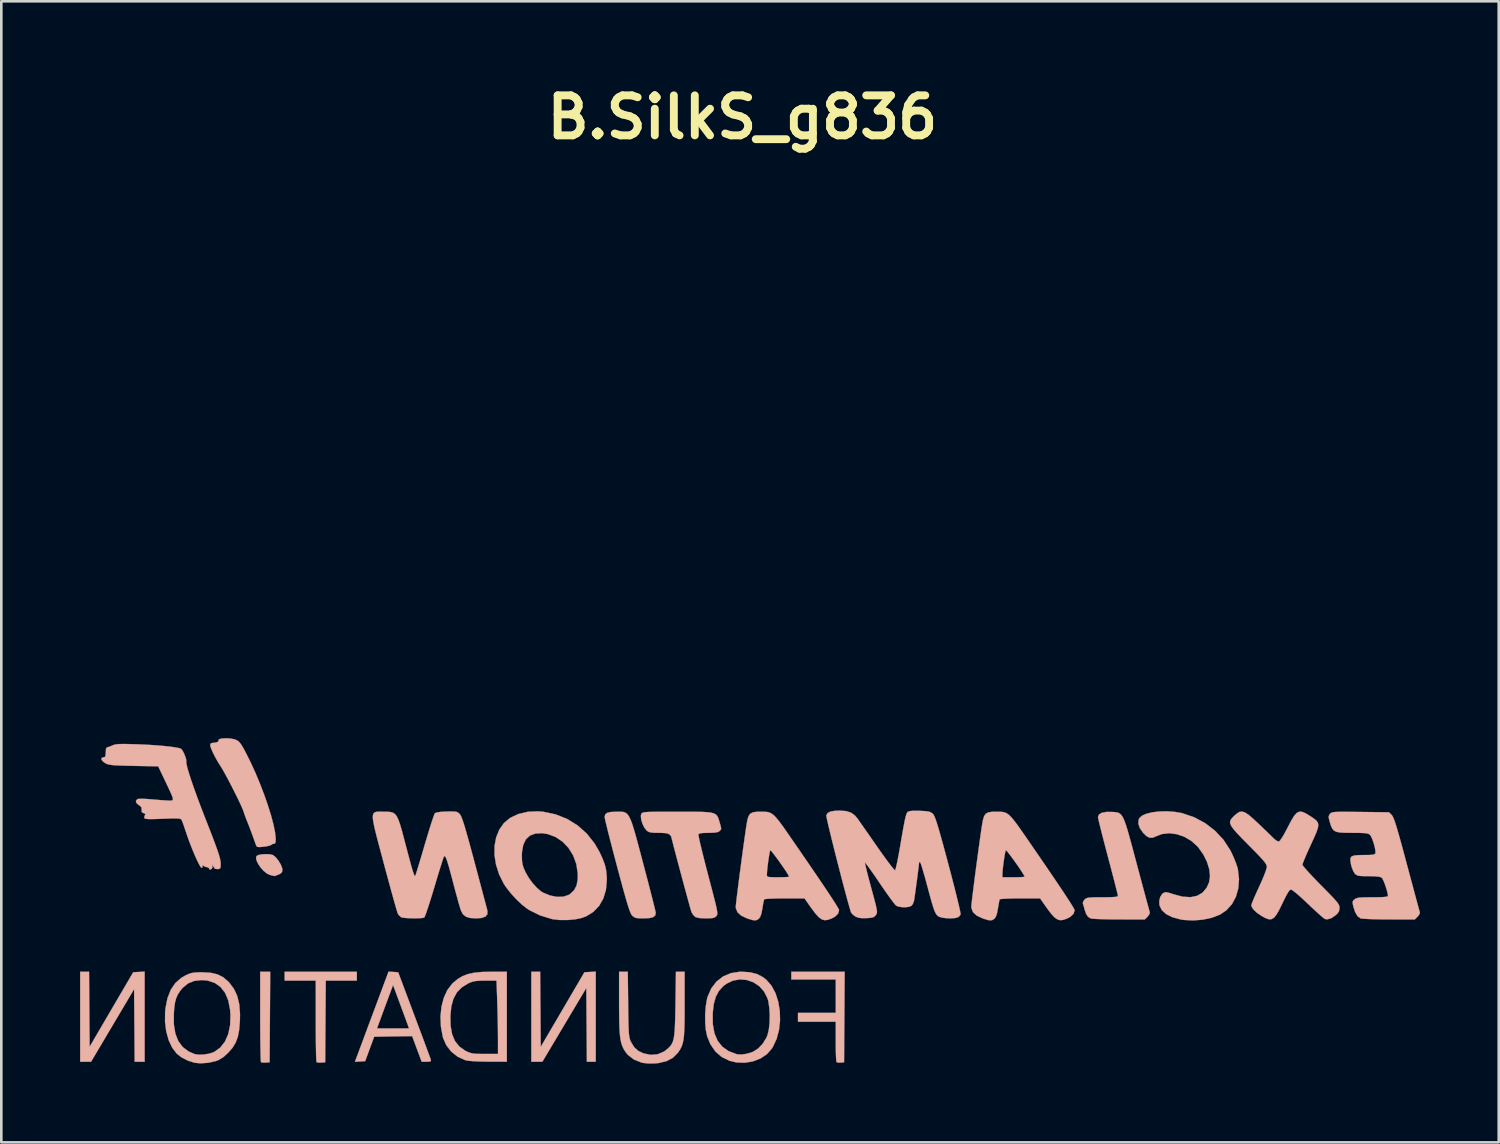
<source format=kicad_pcb>
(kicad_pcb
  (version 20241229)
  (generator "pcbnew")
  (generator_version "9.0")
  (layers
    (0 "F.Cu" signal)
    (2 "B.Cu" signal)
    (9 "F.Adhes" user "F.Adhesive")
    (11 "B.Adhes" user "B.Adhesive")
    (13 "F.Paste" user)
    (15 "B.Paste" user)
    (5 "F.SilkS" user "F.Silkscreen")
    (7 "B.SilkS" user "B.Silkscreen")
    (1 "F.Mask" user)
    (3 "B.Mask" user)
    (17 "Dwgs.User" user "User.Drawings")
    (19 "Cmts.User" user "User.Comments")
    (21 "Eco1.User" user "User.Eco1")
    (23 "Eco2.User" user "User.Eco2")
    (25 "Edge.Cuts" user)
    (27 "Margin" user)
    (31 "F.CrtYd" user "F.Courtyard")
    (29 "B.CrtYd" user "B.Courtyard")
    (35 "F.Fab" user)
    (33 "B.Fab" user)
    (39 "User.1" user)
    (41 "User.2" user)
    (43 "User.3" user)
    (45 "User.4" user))
  (footprint "B.SilkS_g836"
    (layer "F.Cu")
    (at 25.236 1.418)
    (property "Reference" "B.SilkS_g836" (at 0 0 0) (layer "F.SilkS") (effects (font (size 1.524 1.524) (thickness 0.3))))
    (attr through_hole)
    (fp_poly (pts (xy -22.775 35.983) (xy -23.155 35.983) (xy -23.177 33.218) (xy -24.816 35.983) (xy -25.231 35.983) (xy -25.231 32.554) (xy -24.893 32.554) (xy -24.882 33.983) (xy -24.871 35.412) (xy -24.041 33.994) (xy -23.211 32.575) (xy -22.993 32.563) (xy -22.775 32.55) (xy -22.775 35.983)) (stroke (width 0.01) (type solid)) (fill yes) (layer "B.SilkS"))
    (fp_poly (pts (xy -5.588 35.983) (xy -5.926 35.983) (xy -5.948 33.175) (xy -6.785 34.579) (xy -7.621 35.983) (xy -8.043 35.983) (xy -8.043 32.554) (xy -7.706 32.554) (xy -7.695 33.986) (xy -7.684 35.417) (xy -6.02 32.575) (xy -5.804 32.563) (xy -5.588 32.55) (xy -5.588 35.983)) (stroke (width 0.01) (type solid)) (fill yes) (layer "B.SilkS"))
    (fp_poly (pts (xy -18.002 34.279) (xy -18.013 36.005) (xy -18.163 36.017) (xy -18.27 36.018) (xy -18.338 36.003) (xy -18.342 35.999) (xy -18.349 35.952) (xy -18.355 35.829) (xy -18.361 35.639) (xy -18.365 35.392) (xy -18.369 35.098) (xy -18.371 34.764) (xy -18.373 34.4) (xy -18.373 34.262) (xy -18.373 32.554) (xy -17.991 32.554) (xy -18.002 34.279)) (stroke (width 0.01) (type solid)) (fill yes) (layer "B.SilkS"))
    (fp_poly (pts (xy 3.885 34.279) (xy 3.873 36.005) (xy 3.745 36.017) (xy 3.645 36.017) (xy 3.586 35.999) (xy 3.576 35.949) (xy 3.568 35.829) (xy 3.561 35.651) (xy 3.557 35.432) (xy 3.556 35.214) (xy 3.556 34.459) (xy 2.117 34.459) (xy 2.117 34.121) (xy 3.556 34.121) (xy 3.556 32.851) (xy 1.863 32.851) (xy 1.863 32.554) (xy 3.896 32.554) (xy 3.885 34.279)) (stroke (width 0.01) (type solid)) (fill yes) (layer "B.SilkS"))
    (fp_poly (pts (xy -14.69 32.893) (xy -15.874 32.893) (xy -15.885 34.449) (xy -15.896 36.005) (xy -16.046 36.017) (xy -16.154 36.018) (xy -16.222 36.003) (xy -16.226 35.999) (xy -16.233 35.952) (xy -16.239 35.829) (xy -16.245 35.64) (xy -16.249 35.397) (xy -16.253 35.106) (xy -16.255 34.78) (xy -16.256 34.431) (xy -16.256 32.893) (xy -17.441 32.893) (xy -17.441 32.554) (xy -14.69 32.554) (xy -14.69 32.893)) (stroke (width 0.01) (type solid)) (fill yes) (layer "B.SilkS"))
    (fp_poly (pts (xy -17.993 28.082) (xy -17.887 28.109) (xy -17.882 28.112) (xy -17.778 28.197) (xy -17.673 28.329) (xy -17.585 28.479) (xy -17.533 28.617) (xy -17.526 28.669) (xy -17.542 28.76) (xy -17.606 28.821) (xy -17.673 28.852) (xy -17.771 28.891) (xy -17.827 28.909) (xy -17.832 28.909) (xy -17.876 28.898) (xy -17.971 28.875) (xy -17.992 28.87) (xy -18.114 28.815) (xy -18.239 28.715) (xy -18.355 28.587) (xy -18.45 28.447) (xy -18.513 28.313) (xy -18.531 28.202) (xy -18.506 28.141) (xy -18.426 28.104) (xy -18.294 28.081) (xy -18.139 28.074) (xy -17.993 28.082)) (stroke (width 0.01) (type solid)) (fill yes) (layer "B.SilkS"))
    (fp_poly (pts (xy -13.299 32.563) (xy -13.115 32.575) (xy -12.51 34.189) (xy -12.378 34.542) (xy -12.254 34.873) (xy -12.142 35.172) (xy -12.046 35.432) (xy -11.968 35.642) (xy -11.912 35.795) (xy -11.881 35.88) (xy -11.876 35.893) (xy -11.866 35.949) (xy -11.896 35.975) (xy -11.985 35.983) (xy -12.035 35.983) (xy -12.221 35.983) (xy -12.402 35.496) (xy -12.583 35.008) (xy -13.307 35.019) (xy -14.03 35.031) (xy -14.373 35.962) (xy -14.569 35.975) (xy -14.764 35.988) (xy -14.289 34.713) (xy -13.922 34.713) (xy -12.702 34.713) (xy -12.845 34.322) (xy -12.926 34.101) (xy -13.021 33.844) (xy -13.114 33.593) (xy -13.149 33.497) (xy -13.311 33.064) (xy -13.496 33.561) (xy -13.582 33.791) (xy -13.671 34.031) (xy -13.751 34.249) (xy -13.801 34.385) (xy -13.922 34.713) (xy -14.289 34.713) (xy -13.483 32.551) (xy -13.299 32.563)) (stroke (width 0.01) (type solid)) (fill yes) (layer "B.SilkS"))
    (fp_poly (pts (xy -4.584 26.461) (xy -4.505 26.475) (xy -4.436 26.506) (xy -4.374 26.561) (xy -4.316 26.647) (xy -4.257 26.769) (xy -4.195 26.936) (xy -4.127 27.154) (xy -4.049 27.428) (xy -3.957 27.767) (xy -3.848 28.177) (xy -3.771 28.469) (xy -3.672 28.845) (xy -3.58 29.197) (xy -3.498 29.516) (xy -3.427 29.794) (xy -3.37 30.022) (xy -3.328 30.191) (xy -3.305 30.293) (xy -3.301 30.318) (xy -3.325 30.413) (xy -3.402 30.476) (xy -3.54 30.511) (xy -3.751 30.522) (xy -3.765 30.522) (xy -3.937 30.519) (xy -4.049 30.507) (xy -4.124 30.479) (xy -4.187 30.43) (xy -4.199 30.418) (xy -4.228 30.38) (xy -4.261 30.316) (xy -4.299 30.22) (xy -4.345 30.084) (xy -4.401 29.903) (xy -4.469 29.668) (xy -4.552 29.372) (xy -4.65 29.01) (xy -4.768 28.572) (xy -4.776 28.54) (xy -4.876 28.163) (xy -4.969 27.808) (xy -5.052 27.485) (xy -5.124 27.202) (xy -5.181 26.968) (xy -5.223 26.793) (xy -5.245 26.685) (xy -5.249 26.656) (xy -5.229 26.565) (xy -5.161 26.505) (xy -5.034 26.471) (xy -4.837 26.459) (xy -4.787 26.458) (xy -4.677 26.458) (xy -4.584 26.461)) (stroke (width 0.01) (type solid)) (fill yes) (layer "B.SilkS"))
    (fp_poly (pts (xy -8.975 35.983) (xy -9.684 35.981) (xy -10.006 35.975) (xy -10.268 35.963) (xy -10.461 35.944) (xy -10.567 35.923) (xy -10.851 35.792) (xy -11.095 35.597) (xy -11.285 35.352) (xy -11.408 35.069) (xy -11.415 35.043) (xy -11.487 34.651) (xy -11.504 34.263) (xy -11.5 34.232) (xy -11.126 34.232) (xy -11.118 34.618) (xy -11.06 34.939) (xy -10.949 35.201) (xy -10.783 35.407) (xy -10.561 35.563) (xy -10.537 35.575) (xy -10.432 35.624) (xy -10.335 35.656) (xy -10.225 35.675) (xy -10.08 35.684) (xy -9.878 35.687) (xy -9.813 35.687) (xy -9.313 35.687) (xy -9.313 35.084) (xy -9.315 34.83) (xy -9.32 34.521) (xy -9.327 34.189) (xy -9.336 33.863) (xy -9.341 33.687) (xy -9.369 32.893) (xy -9.796 32.893) (xy -10.01 32.897) (xy -10.165 32.909) (xy -10.287 32.935) (xy -10.401 32.978) (xy -10.435 32.993) (xy -10.684 33.144) (xy -10.874 33.336) (xy -11.008 33.579) (xy -11.091 33.88) (xy -11.126 34.232) (xy -11.5 34.232) (xy -11.467 33.892) (xy -11.379 33.551) (xy -11.243 33.254) (xy -11.061 33.015) (xy -11.027 32.981) (xy -10.846 32.832) (xy -10.661 32.721) (xy -10.456 32.642) (xy -10.214 32.591) (xy -9.921 32.563) (xy -9.56 32.555) (xy -9.557 32.555) (xy -8.975 32.554) (xy -8.975 35.983)) (stroke (width 0.01) (type solid)) (fill yes) (layer "B.SilkS"))
    (fp_poly (pts (xy -4.353 33.793) (xy -4.349 34.152) (xy -4.344 34.437) (xy -4.338 34.659) (xy -4.331 34.827) (xy -4.321 34.953) (xy -4.307 35.047) (xy -4.29 35.12) (xy -4.268 35.181) (xy -4.25 35.221) (xy -4.124 35.429) (xy -3.964 35.573) (xy -3.772 35.664) (xy -3.495 35.722) (xy -3.23 35.699) (xy -2.987 35.596) (xy -2.833 35.477) (xy -2.763 35.405) (xy -2.706 35.331) (xy -2.661 35.246) (xy -2.627 35.139) (xy -2.601 35.001) (xy -2.583 34.822) (xy -2.57 34.591) (xy -2.56 34.3) (xy -2.553 33.937) (xy -2.551 33.771) (xy -2.533 32.554) (xy -2.201 32.554) (xy -2.201 33.795) (xy -2.202 34.197) (xy -2.206 34.525) (xy -2.214 34.788) (xy -2.228 34.998) (xy -2.249 35.165) (xy -2.279 35.299) (xy -2.319 35.411) (xy -2.37 35.51) (xy -2.434 35.608) (xy -2.455 35.637) (xy -2.644 35.829) (xy -2.892 35.962) (xy -3.2 36.035) (xy -3.335 36.048) (xy -3.573 36.051) (xy -3.778 36.03) (xy -3.854 36.013) (xy -4.141 35.896) (xy -4.363 35.725) (xy -4.461 35.603) (xy -4.526 35.496) (xy -4.578 35.386) (xy -4.618 35.263) (xy -4.649 35.114) (xy -4.671 34.931) (xy -4.686 34.703) (xy -4.694 34.419) (xy -4.698 34.068) (xy -4.699 33.752) (xy -4.699 32.554) (xy -4.367 32.554) (xy -4.353 33.793)) (stroke (width 0.01) (type solid)) (fill yes) (layer "B.SilkS"))
    (fp_poly (pts (xy -19.469 23.675) (xy -19.336 23.705) (xy -19.296 23.72) (xy -19.221 23.76) (xy -19.154 23.822) (xy -19.082 23.921) (xy -18.994 24.072) (xy -18.926 24.2) (xy -18.736 24.579) (xy -18.551 24.984) (xy -18.377 25.401) (xy -18.217 25.819) (xy -18.076 26.225) (xy -17.957 26.607) (xy -17.866 26.953) (xy -17.806 27.25) (xy -17.781 27.486) (xy -17.781 27.51) (xy -17.789 27.631) (xy -17.817 27.676) (xy -17.833 27.675) (xy -17.903 27.688) (xy -17.928 27.71) (xy -17.99 27.742) (xy -18.109 27.773) (xy -18.235 27.792) (xy -18.382 27.805) (xy -18.466 27.802) (xy -18.508 27.778) (xy -18.527 27.743) (xy -18.6 27.539) (xy -18.681 27.316) (xy -18.762 27.1) (xy -18.833 26.916) (xy -18.881 26.797) (xy -18.942 26.639) (xy -18.998 26.478) (xy -19.011 26.437) (xy -19.051 26.334) (xy -19.123 26.173) (xy -19.22 25.969) (xy -19.334 25.739) (xy -19.456 25.497) (xy -19.58 25.26) (xy -19.696 25.044) (xy -19.796 24.864) (xy -19.873 24.736) (xy -19.887 24.715) (xy -19.989 24.554) (xy -20.089 24.375) (xy -20.177 24.2) (xy -20.243 24.048) (xy -20.276 23.94) (xy -20.278 23.92) (xy -20.253 23.852) (xy -20.175 23.834) (xy -20.056 23.822) (xy -19.977 23.791) (xy -19.959 23.751) (xy -19.961 23.748) (xy -19.952 23.706) (xy -19.878 23.678) (xy -19.76 23.662) (xy -19.617 23.661) (xy -19.469 23.675)) (stroke (width 0.01) (type solid)) (fill yes) (layer "B.SilkS"))
    (fp_poly (pts (xy 16.452 26.461) (xy 16.726 26.507) (xy 16.764 26.517) (xy 17.218 26.672) (xy 17.636 26.898) (xy 18.011 27.188) (xy 18.331 27.532) (xy 18.587 27.924) (xy 18.64 28.028) (xy 18.727 28.223) (xy 18.805 28.418) (xy 18.86 28.584) (xy 18.877 28.651) (xy 18.92 29.026) (xy 18.893 29.379) (xy 18.801 29.701) (xy 18.648 29.984) (xy 18.437 30.216) (xy 18.193 30.379) (xy 17.891 30.496) (xy 17.543 30.571) (xy 17.175 30.601) (xy 16.816 30.582) (xy 16.684 30.561) (xy 16.379 30.477) (xy 16.143 30.359) (xy 15.979 30.209) (xy 15.891 30.032) (xy 15.88 29.871) (xy 15.916 29.714) (xy 15.99 29.594) (xy 16.023 29.566) (xy 16.08 29.535) (xy 16.14 29.525) (xy 16.225 29.54) (xy 16.357 29.58) (xy 16.441 29.609) (xy 16.777 29.696) (xy 17.073 29.714) (xy 17.325 29.662) (xy 17.531 29.542) (xy 17.688 29.355) (xy 17.779 29.151) (xy 17.815 28.917) (xy 17.787 28.65) (xy 17.7 28.369) (xy 17.561 28.088) (xy 17.375 27.826) (xy 17.333 27.777) (xy 17.099 27.567) (xy 16.833 27.411) (xy 16.548 27.314) (xy 16.262 27.278) (xy 15.99 27.308) (xy 15.794 27.382) (xy 15.639 27.446) (xy 15.514 27.45) (xy 15.395 27.387) (xy 15.269 27.266) (xy 15.145 27.09) (xy 15.085 26.917) (xy 15.096 26.761) (xy 15.126 26.698) (xy 15.231 26.606) (xy 15.403 26.532) (xy 15.627 26.479) (xy 15.887 26.449) (xy 16.167 26.442) (xy 16.452 26.461)) (stroke (width 0.01) (type solid)) (fill yes) (layer "B.SilkS"))
    (fp_poly (pts (xy 14.055 26.466) (xy 14.158 26.471) (xy 14.244 26.479) (xy 14.318 26.496) (xy 14.382 26.53) (xy 14.441 26.588) (xy 14.497 26.675) (xy 14.553 26.799) (xy 14.613 26.967) (xy 14.681 27.185) (xy 14.759 27.461) (xy 14.852 27.802) (xy 14.961 28.213) (xy 15.027 28.461) (xy 15.127 28.835) (xy 15.221 29.185) (xy 15.306 29.502) (xy 15.38 29.778) (xy 15.441 30.003) (xy 15.487 30.169) (xy 15.514 30.267) (xy 15.521 30.29) (xy 15.509 30.357) (xy 15.449 30.443) (xy 15.436 30.457) (xy 15.329 30.565) (xy 14.342 30.562) (xy 14.057 30.56) (xy 13.797 30.555) (xy 13.575 30.548) (xy 13.404 30.54) (xy 13.297 30.53) (xy 13.27 30.524) (xy 13.171 30.464) (xy 13.101 30.366) (xy 13.045 30.208) (xy 13.04 30.192) (xy 13.006 30.066) (xy 12.976 29.971) (xy 12.97 29.951) (xy 12.981 29.883) (xy 13.035 29.806) (xy 13.077 29.771) (xy 13.129 29.746) (xy 13.208 29.731) (xy 13.328 29.722) (xy 13.504 29.719) (xy 13.716 29.718) (xy 13.966 29.716) (xy 14.14 29.709) (xy 14.248 29.698) (xy 14.3 29.68) (xy 14.308 29.665) (xy 14.298 29.613) (xy 14.268 29.489) (xy 14.221 29.302) (xy 14.16 29.063) (xy 14.086 28.781) (xy 14.004 28.466) (xy 13.927 28.178) (xy 13.838 27.84) (xy 13.757 27.527) (xy 13.685 27.247) (xy 13.626 27.011) (xy 13.581 26.828) (xy 13.554 26.709) (xy 13.547 26.665) (xy 13.585 26.564) (xy 13.697 26.497) (xy 13.879 26.465) (xy 14.055 26.466)) (stroke (width 0.01) (type solid)) (fill yes) (layer "B.SilkS"))
    (fp_poly (pts (xy 0.285 32.575) (xy 0.554 32.642) (xy 0.783 32.761) (xy 0.911 32.86) (xy 1.108 33.087) (xy 1.26 33.37) (xy 1.365 33.696) (xy 1.424 34.048) (xy 1.434 34.412) (xy 1.394 34.773) (xy 1.303 35.114) (xy 1.16 35.422) (xy 1.121 35.483) (xy 0.932 35.697) (xy 0.686 35.861) (xy 0.401 35.971) (xy 0.091 36.023) (xy -0.226 36.011) (xy -0.494 35.947) (xy -0.789 35.803) (xy -1.031 35.593) (xy -1.22 35.317) (xy -1.345 35.01) (xy -1.394 34.777) (xy -1.418 34.491) (xy -1.419 34.182) (xy -1.417 34.147) (xy -1.132 34.147) (xy -1.128 34.554) (xy -1.066 34.899) (xy -0.945 35.185) (xy -0.765 35.412) (xy -0.524 35.581) (xy -0.223 35.693) (xy -0.191 35.701) (xy -0.045 35.71) (xy 0.14 35.685) (xy 0.331 35.633) (xy 0.402 35.605) (xy 0.599 35.48) (xy 0.776 35.293) (xy 0.915 35.067) (xy 0.958 34.963) (xy 1.007 34.754) (xy 1.035 34.494) (xy 1.041 34.21) (xy 1.025 33.931) (xy 0.989 33.688) (xy 0.957 33.573) (xy 0.826 33.312) (xy 0.643 33.106) (xy 0.419 32.957) (xy 0.169 32.87) (xy -0.094 32.847) (xy -0.358 32.893) (xy -0.608 33.012) (xy -0.733 33.107) (xy -0.897 33.288) (xy -1.014 33.509) (xy -1.091 33.782) (xy -1.131 34.12) (xy -1.132 34.147) (xy -1.417 34.147) (xy -1.397 33.878) (xy -1.352 33.608) (xy -1.324 33.503) (xy -1.184 33.186) (xy -0.987 32.929) (xy -0.737 32.735) (xy -0.442 32.609) (xy -0.107 32.556) (xy -0.039 32.554) (xy 0.285 32.575)) (stroke (width 0.01) (type solid)) (fill yes) (layer "B.SilkS"))
    (fp_poly (pts (xy -20.258 32.595) (xy -20 32.655) (xy -19.784 32.764) (xy -19.589 32.929) (xy -19.557 32.963) (xy -19.375 33.204) (xy -19.247 33.478) (xy -19.17 33.797) (xy -19.141 34.171) (xy -19.146 34.434) (xy -19.173 34.765) (xy -19.225 35.034) (xy -19.308 35.257) (xy -19.429 35.455) (xy -19.597 35.646) (xy -19.599 35.648) (xy -19.782 35.813) (xy -19.952 35.916) (xy -20.045 35.953) (xy -20.35 36.024) (xy -20.647 36.045) (xy -20.865 36.024) (xy -21.129 35.942) (xy -21.375 35.815) (xy -21.556 35.672) (xy -21.727 35.447) (xy -21.861 35.16) (xy -21.953 34.826) (xy -21.999 34.462) (xy -21.996 34.159) (xy -21.663 34.159) (xy -21.661 34.568) (xy -21.604 34.915) (xy -21.491 35.2) (xy -21.322 35.426) (xy -21.094 35.596) (xy -20.871 35.692) (xy -20.717 35.716) (xy -20.522 35.709) (xy -20.322 35.677) (xy -20.151 35.623) (xy -20.126 35.611) (xy -19.896 35.446) (xy -19.716 35.218) (xy -19.59 34.931) (xy -19.519 34.592) (xy -19.506 34.206) (xy -19.521 33.995) (xy -19.589 33.646) (xy -19.711 33.359) (xy -19.884 33.136) (xy -20.106 32.98) (xy -20.376 32.892) (xy -20.595 32.873) (xy -20.881 32.903) (xy -21.119 32.998) (xy -21.323 33.165) (xy -21.406 33.264) (xy -21.505 33.411) (xy -21.574 33.563) (xy -21.621 33.741) (xy -21.65 33.967) (xy -21.663 34.159) (xy -21.996 34.159) (xy -21.996 34.082) (xy -21.982 33.951) (xy -21.906 33.564) (xy -21.781 33.244) (xy -21.606 32.986) (xy -21.377 32.786) (xy -21.217 32.694) (xy -21.09 32.636) (xy -20.976 32.601) (xy -20.847 32.583) (xy -20.674 32.576) (xy -20.574 32.576) (xy -20.258 32.595)) (stroke (width 0.01) (type solid)) (fill yes) (layer "B.SilkS"))
    (fp_poly (pts (xy -7.589 26.46) (xy -7.113 26.561) (xy -6.673 26.737) (xy -6.275 26.984) (xy -5.925 27.297) (xy -5.629 27.672) (xy -5.439 28.003) (xy -5.318 28.269) (xy -5.237 28.492) (xy -5.19 28.702) (xy -5.169 28.926) (xy -5.166 29.065) (xy -5.199 29.433) (xy -5.298 29.762) (xy -5.459 30.044) (xy -5.676 30.272) (xy -5.945 30.44) (xy -6.114 30.503) (xy -6.367 30.558) (xy -6.66 30.585) (xy -6.955 30.585) (xy -7.216 30.556) (xy -7.26 30.547) (xy -7.714 30.407) (xy -8.113 30.21) (xy -8.194 30.159) (xy -8.389 30.008) (xy -8.601 29.808) (xy -8.809 29.583) (xy -8.989 29.358) (xy -9.092 29.204) (xy -9.271 28.843) (xy -9.388 28.475) (xy -9.443 28.131) (xy -8.403 28.131) (xy -8.398 28.323) (xy -8.377 28.47) (xy -8.332 28.61) (xy -8.268 28.754) (xy -8.149 28.965) (xy -7.997 29.173) (xy -7.831 29.357) (xy -7.67 29.495) (xy -7.6 29.538) (xy -7.329 29.65) (xy -7.064 29.702) (xy -6.822 29.695) (xy -6.618 29.627) (xy -6.567 29.595) (xy -6.415 29.451) (xy -6.319 29.269) (xy -6.275 29.038) (xy -6.274 28.809) (xy -6.328 28.452) (xy -6.448 28.126) (xy -6.625 27.839) (xy -6.851 27.602) (xy -7.117 27.422) (xy -7.417 27.31) (xy -7.63 27.277) (xy -7.89 27.29) (xy -8.097 27.368) (xy -8.25 27.512) (xy -8.351 27.722) (xy -8.399 27.998) (xy -8.403 28.131) (xy -9.443 28.131) (xy -9.446 28.111) (xy -9.443 27.761) (xy -9.382 27.434) (xy -9.263 27.141) (xy -9.088 26.892) (xy -8.857 26.698) (xy -8.851 26.694) (xy -8.536 26.545) (xy -8.176 26.46) (xy -7.787 26.443) (xy -7.589 26.46)) (stroke (width 0.01) (type solid)) (fill yes) (layer "B.SilkS"))
    (fp_poly (pts (xy -2.086 26.458) (xy -1.768 26.46) (xy -1.516 26.466) (xy -1.323 26.477) (xy -1.178 26.497) (xy -1.075 26.527) (xy -1.003 26.57) (xy -0.954 26.627) (xy -0.919 26.702) (xy -0.889 26.795) (xy -0.871 26.857) (xy -0.83 26.999) (xy -0.811 27.082) (xy -0.815 27.13) (xy -0.841 27.166) (xy -0.871 27.196) (xy -0.932 27.232) (xy -1.038 27.253) (xy -1.205 27.262) (xy -1.296 27.263) (xy -1.485 27.267) (xy -1.604 27.28) (xy -1.664 27.305) (xy -1.676 27.322) (xy -1.671 27.375) (xy -1.646 27.501) (xy -1.604 27.689) (xy -1.546 27.93) (xy -1.476 28.214) (xy -1.395 28.533) (xy -1.308 28.866) (xy -1.206 29.254) (xy -1.124 29.568) (xy -1.06 29.817) (xy -1.013 30.01) (xy -0.981 30.153) (xy -0.963 30.256) (xy -0.956 30.328) (xy -0.96 30.375) (xy -0.972 30.407) (xy -0.99 30.433) (xy -0.994 30.437) (xy -1.049 30.482) (xy -1.126 30.508) (xy -1.247 30.52) (xy -1.394 30.522) (xy -1.621 30.512) (xy -1.768 30.48) (xy -1.805 30.461) (xy -1.887 30.374) (xy -1.94 30.281) (xy -1.959 30.22) (xy -1.996 30.092) (xy -2.048 29.906) (xy -2.111 29.675) (xy -2.183 29.41) (xy -2.261 29.123) (xy -2.341 28.826) (xy -2.42 28.529) (xy -2.496 28.245) (xy -2.565 27.984) (xy -2.623 27.76) (xy -2.669 27.582) (xy -2.699 27.463) (xy -2.709 27.415) (xy -2.736 27.373) (xy -2.776 27.329) (xy -2.837 27.293) (xy -2.944 27.272) (xy -3.113 27.263) (xy -3.197 27.263) (xy -3.379 27.26) (xy -3.498 27.248) (xy -3.579 27.223) (xy -3.643 27.179) (xy -3.656 27.167) (xy -3.741 27.057) (xy -3.811 26.91) (xy -3.857 26.753) (xy -3.87 26.617) (xy -3.854 26.545) (xy -3.838 26.521) (xy -3.814 26.502) (xy -3.773 26.487) (xy -3.706 26.476) (xy -3.603 26.468) (xy -3.456 26.463) (xy -3.256 26.46) (xy -2.993 26.459) (xy -2.658 26.458) (xy -2.481 26.458) (xy -2.086 26.458)) (stroke (width 0.01) (type solid)) (fill yes) (layer "B.SilkS"))
    (fp_poly (pts (xy 9.779 26.459) (xy 9.885 26.464) (xy 9.978 26.48) (xy 10.064 26.515) (xy 10.15 26.575) (xy 10.244 26.667) (xy 10.353 26.798) (xy 10.485 26.973) (xy 10.646 27.201) (xy 10.845 27.488) (xy 10.976 27.679) (xy 11.353 28.226) (xy 11.681 28.706) (xy 11.961 29.118) (xy 12.193 29.463) (xy 12.377 29.743) (xy 12.515 29.957) (xy 12.606 30.108) (xy 12.652 30.195) (xy 12.658 30.215) (xy 12.616 30.348) (xy 12.494 30.463) (xy 12.372 30.527) (xy 12.231 30.578) (xy 12.111 30.592) (xy 12.001 30.562) (xy 11.889 30.482) (xy 11.762 30.345) (xy 11.611 30.144) (xy 11.541 30.046) (xy 11.341 29.76) (xy 10.584 29.76) (xy 10.339 29.762) (xy 10.125 29.768) (xy 9.955 29.776) (xy 9.843 29.786) (xy 9.804 29.796) (xy 9.787 29.853) (xy 9.764 29.97) (xy 9.738 30.124) (xy 9.735 30.146) (xy 9.697 30.344) (xy 9.65 30.471) (xy 9.602 30.533) (xy 9.532 30.582) (xy 9.456 30.599) (xy 9.352 30.585) (xy 9.199 30.538) (xy 9.144 30.519) (xy 8.924 30.415) (xy 8.783 30.283) (xy 8.723 30.123) (xy 8.721 30.079) (xy 8.726 30.005) (xy 8.742 29.859) (xy 8.767 29.652) (xy 8.799 29.395) (xy 8.836 29.1) (xy 8.869 28.844) (xy 9.906 28.844) (xy 9.906 28.956) (xy 10.329 28.956) (xy 10.507 28.954) (xy 10.648 28.948) (xy 10.734 28.94) (xy 10.753 28.934) (xy 10.73 28.882) (xy 10.669 28.782) (xy 10.58 28.646) (xy 10.474 28.491) (xy 10.36 28.331) (xy 10.249 28.179) (xy 10.152 28.051) (xy 10.078 27.961) (xy 10.039 27.924) (xy 10.036 27.925) (xy 10.018 27.98) (xy 9.994 28.098) (xy 9.969 28.256) (xy 9.944 28.433) (xy 9.923 28.608) (xy 9.91 28.757) (xy 9.906 28.844) (xy 8.869 28.844) (xy 8.878 28.778) (xy 8.923 28.44) (xy 8.969 28.099) (xy 9.015 27.766) (xy 9.058 27.451) (xy 9.099 27.167) (xy 9.123 27.009) (xy 9.162 26.783) (xy 9.208 26.629) (xy 9.274 26.533) (xy 9.373 26.482) (xy 9.517 26.461) (xy 9.65 26.458) (xy 9.779 26.459)) (stroke (width 0.01) (type solid)) (fill yes) (layer "B.SilkS"))
    (fp_poly (pts (xy 0.804 26.459) (xy 0.911 26.464) (xy 1.004 26.48) (xy 1.089 26.515) (xy 1.176 26.575) (xy 1.27 26.667) (xy 1.379 26.798) (xy 1.511 26.973) (xy 1.672 27.201) (xy 1.87 27.488) (xy 2.002 27.679) (xy 2.363 28.204) (xy 2.677 28.662) (xy 2.945 29.055) (xy 3.169 29.387) (xy 3.35 29.66) (xy 3.49 29.875) (xy 3.591 30.036) (xy 3.655 30.145) (xy 3.682 30.204) (xy 3.683 30.212) (xy 3.642 30.347) (xy 3.519 30.463) (xy 3.397 30.527) (xy 3.256 30.578) (xy 3.136 30.592) (xy 3.026 30.562) (xy 2.914 30.482) (xy 2.788 30.345) (xy 2.636 30.144) (xy 2.566 30.046) (xy 2.366 29.76) (xy 1.609 29.76) (xy 1.364 29.762) (xy 1.15 29.768) (xy 0.98 29.776) (xy 0.869 29.786) (xy 0.829 29.796) (xy 0.813 29.853) (xy 0.789 29.97) (xy 0.764 30.124) (xy 0.76 30.146) (xy 0.722 30.344) (xy 0.675 30.471) (xy 0.627 30.533) (xy 0.557 30.582) (xy 0.481 30.599) (xy 0.378 30.585) (xy 0.224 30.538) (xy 0.169 30.519) (xy -0.049 30.416) (xy -0.189 30.286) (xy -0.251 30.131) (xy -0.254 30.086) (xy -0.248 30.014) (xy -0.233 29.869) (xy -0.208 29.663) (xy -0.176 29.408) (xy -0.139 29.115) (xy -0.107 28.869) (xy 0.931 28.869) (xy 0.937 28.908) (xy 0.963 28.934) (xy 1.025 28.948) (xy 1.139 28.954) (xy 1.32 28.956) (xy 1.355 28.956) (xy 1.532 28.954) (xy 1.673 28.948) (xy 1.76 28.94) (xy 1.778 28.934) (xy 1.755 28.882) (xy 1.694 28.781) (xy 1.606 28.646) (xy 1.499 28.491) (xy 1.385 28.33) (xy 1.274 28.179) (xy 1.177 28.051) (xy 1.103 27.961) (xy 1.064 27.924) (xy 1.061 27.925) (xy 1.044 27.978) (xy 1.022 28.094) (xy 0.997 28.252) (xy 0.972 28.429) (xy 0.952 28.606) (xy 0.937 28.76) (xy 0.931 28.869) (xy -0.107 28.869) (xy -0.098 28.794) (xy -0.053 28.459) (xy -0.008 28.12) (xy 0.037 27.789) (xy 0.081 27.476) (xy 0.121 27.195) (xy 0.148 27.009) (xy 0.187 26.783) (xy 0.233 26.629) (xy 0.299 26.533) (xy 0.398 26.482) (xy 0.542 26.461) (xy 0.676 26.458) (xy 0.804 26.459)) (stroke (width 0.01) (type solid)) (fill yes) (layer "B.SilkS"))
    (fp_poly (pts (xy 23.067 26.462) (xy 23.358 26.465) (xy 23.547 26.467) (xy 24.636 26.48) (xy 24.74 26.585) (xy 24.769 26.625) (xy 24.802 26.692) (xy 24.842 26.793) (xy 24.89 26.935) (xy 24.947 27.124) (xy 25.018 27.368) (xy 25.103 27.674) (xy 25.205 28.048) (xy 25.317 28.469) (xy 25.418 28.844) (xy 25.512 29.194) (xy 25.597 29.511) (xy 25.671 29.787) (xy 25.732 30.011) (xy 25.777 30.177) (xy 25.805 30.275) (xy 25.812 30.298) (xy 25.797 30.359) (xy 25.737 30.443) (xy 25.723 30.457) (xy 25.616 30.565) (xy 24.629 30.562) (xy 24.344 30.56) (xy 24.083 30.555) (xy 23.859 30.547) (xy 23.686 30.538) (xy 23.578 30.528) (xy 23.55 30.522) (xy 23.435 30.437) (xy 23.344 30.282) (xy 23.279 30.082) (xy 23.251 29.956) (xy 23.251 29.882) (xy 23.283 29.831) (xy 23.324 29.796) (xy 23.373 29.764) (xy 23.44 29.742) (xy 23.54 29.728) (xy 23.687 29.721) (xy 23.897 29.718) (xy 24.008 29.718) (xy 24.256 29.716) (xy 24.429 29.709) (xy 24.537 29.697) (xy 24.588 29.679) (xy 24.596 29.665) (xy 24.582 29.565) (xy 24.545 29.425) (xy 24.495 29.269) (xy 24.44 29.123) (xy 24.388 29.013) (xy 24.355 28.967) (xy 24.269 28.938) (xy 24.105 28.92) (xy 23.871 28.914) (xy 23.854 28.914) (xy 23.657 28.912) (xy 23.525 28.905) (xy 23.439 28.889) (xy 23.382 28.86) (xy 23.332 28.815) (xy 23.332 28.815) (xy 23.271 28.717) (xy 23.215 28.575) (xy 23.19 28.48) (xy 23.164 28.33) (xy 23.167 28.227) (xy 23.211 28.162) (xy 23.307 28.127) (xy 23.466 28.112) (xy 23.671 28.109) (xy 23.872 28.107) (xy 24.003 28.098) (xy 24.078 28.08) (xy 24.112 28.052) (xy 24.115 28.046) (xy 24.119 27.959) (xy 24.096 27.822) (xy 24.054 27.664) (xy 24.002 27.51) (xy 23.946 27.389) (xy 23.908 27.337) (xy 23.863 27.307) (xy 23.797 27.286) (xy 23.696 27.273) (xy 23.546 27.266) (xy 23.331 27.263) (xy 23.223 27.263) (xy 22.959 27.261) (xy 22.765 27.25) (xy 22.629 27.224) (xy 22.535 27.175) (xy 22.471 27.098) (xy 22.421 26.984) (xy 22.38 26.851) (xy 22.345 26.72) (xy 22.337 26.639) (xy 22.358 26.581) (xy 22.386 26.542) (xy 22.411 26.515) (xy 22.443 26.495) (xy 22.492 26.48) (xy 22.568 26.47) (xy 22.683 26.464) (xy 22.846 26.461) (xy 23.067 26.462)) (stroke (width 0.01) (type solid)) (fill yes) (layer "B.SilkS"))
    (fp_poly (pts (xy 19.151 26.489) (xy 19.283 26.575) (xy 19.449 26.716) (xy 19.657 26.909) (xy 19.831 27.076) (xy 19.994 27.233) (xy 20.13 27.364) (xy 20.225 27.458) (xy 20.25 27.483) (xy 20.343 27.558) (xy 20.424 27.593) (xy 20.441 27.593) (xy 20.487 27.551) (xy 20.562 27.441) (xy 20.659 27.276) (xy 20.771 27.064) (xy 20.784 27.039) (xy 20.915 26.79) (xy 21.023 26.613) (xy 21.122 26.503) (xy 21.222 26.456) (xy 21.334 26.465) (xy 21.471 26.525) (xy 21.643 26.631) (xy 21.652 26.637) (xy 21.779 26.723) (xy 21.87 26.798) (xy 21.924 26.875) (xy 21.942 26.965) (xy 21.924 27.083) (xy 21.87 27.239) (xy 21.78 27.448) (xy 21.662 27.704) (xy 21.558 27.932) (xy 21.467 28.138) (xy 21.396 28.306) (xy 21.351 28.425) (xy 21.336 28.477) (xy 21.365 28.526) (xy 21.446 28.625) (xy 21.57 28.765) (xy 21.73 28.937) (xy 21.916 29.131) (xy 22.043 29.26) (xy 22.268 29.487) (xy 22.439 29.663) (xy 22.565 29.797) (xy 22.651 29.897) (xy 22.706 29.973) (xy 22.736 30.033) (xy 22.748 30.086) (xy 22.75 30.124) (xy 22.734 30.241) (xy 22.674 30.335) (xy 22.604 30.4) (xy 22.431 30.518) (xy 22.282 30.559) (xy 22.196 30.546) (xy 22.142 30.509) (xy 22.039 30.423) (xy 21.897 30.297) (xy 21.729 30.141) (xy 21.549 29.971) (xy 21.365 29.797) (xy 21.197 29.646) (xy 21.056 29.527) (xy 20.954 29.449) (xy 20.901 29.422) (xy 20.857 29.443) (xy 20.801 29.513) (xy 20.726 29.64) (xy 20.629 29.833) (xy 20.574 29.948) (xy 20.449 30.202) (xy 20.345 30.383) (xy 20.251 30.498) (xy 20.157 30.553) (xy 20.053 30.556) (xy 19.928 30.511) (xy 19.791 30.437) (xy 19.608 30.313) (xy 19.473 30.188) (xy 19.399 30.074) (xy 19.389 30.023) (xy 19.406 29.961) (xy 19.454 29.839) (xy 19.527 29.669) (xy 19.618 29.466) (xy 19.685 29.321) (xy 19.789 29.092) (xy 19.876 28.885) (xy 19.94 28.715) (xy 19.976 28.597) (xy 19.981 28.561) (xy 19.974 28.511) (xy 19.948 28.453) (xy 19.896 28.377) (xy 19.812 28.276) (xy 19.688 28.141) (xy 19.517 27.964) (xy 19.292 27.737) (xy 19.283 27.727) (xy 19.039 27.48) (xy 18.852 27.284) (xy 18.716 27.129) (xy 18.629 27.008) (xy 18.585 26.911) (xy 18.58 26.829) (xy 18.611 26.755) (xy 18.673 26.679) (xy 18.743 26.61) (xy 18.851 26.517) (xy 18.947 26.463) (xy 19.043 26.453) (xy 19.151 26.489)) (stroke (width 0.01) (type solid)) (fill yes) (layer "B.SilkS"))
    (fp_poly (pts (xy -10.96 26.452) (xy -10.88 26.468) (xy -10.823 26.5) (xy -10.774 26.545) (xy -10.744 26.584) (xy -10.711 26.648) (xy -10.673 26.745) (xy -10.626 26.882) (xy -10.569 27.066) (xy -10.501 27.304) (xy -10.417 27.603) (xy -10.317 27.97) (xy -10.206 28.385) (xy -10.106 28.758) (xy -10.013 29.108) (xy -9.928 29.428) (xy -9.854 29.707) (xy -9.793 29.936) (xy -9.748 30.107) (xy -9.721 30.21) (xy -9.715 30.233) (xy -9.716 30.363) (xy -9.792 30.454) (xy -9.943 30.507) (xy -10.141 30.522) (xy -10.37 30.508) (xy -10.533 30.459) (xy -10.646 30.368) (xy -10.722 30.227) (xy -10.726 30.216) (xy -10.756 30.122) (xy -10.804 29.961) (xy -10.863 29.747) (xy -10.932 29.497) (xy -11.004 29.224) (xy -11.03 29.125) (xy -11.115 28.805) (xy -11.182 28.558) (xy -11.236 28.378) (xy -11.278 28.255) (xy -11.312 28.183) (xy -11.34 28.154) (xy -11.365 28.158) (xy -11.371 28.163) (xy -11.39 28.21) (xy -11.429 28.326) (xy -11.485 28.503) (xy -11.556 28.729) (xy -11.636 28.994) (xy -11.724 29.287) (xy -11.735 29.324) (xy -11.824 29.62) (xy -11.908 29.89) (xy -11.984 30.122) (xy -12.046 30.306) (xy -12.093 30.432) (xy -12.12 30.488) (xy -12.121 30.49) (xy -12.192 30.507) (xy -12.323 30.517) (xy -12.488 30.52) (xy -12.665 30.517) (xy -12.827 30.508) (xy -12.951 30.493) (xy -13.006 30.477) (xy -13.086 30.405) (xy -13.127 30.346) (xy -13.148 30.287) (xy -13.187 30.156) (xy -13.244 29.96) (xy -13.314 29.709) (xy -13.397 29.411) (xy -13.488 29.075) (xy -13.587 28.711) (xy -13.655 28.454) (xy -13.777 27.997) (xy -13.879 27.616) (xy -13.96 27.303) (xy -14.021 27.052) (xy -14.061 26.856) (xy -14.081 26.708) (xy -14.08 26.602) (xy -14.059 26.53) (xy -14.018 26.487) (xy -13.957 26.465) (xy -13.875 26.457) (xy -13.774 26.457) (xy -13.669 26.458) (xy -13.525 26.46) (xy -13.409 26.469) (xy -13.315 26.496) (xy -13.237 26.548) (xy -13.169 26.634) (xy -13.107 26.763) (xy -13.043 26.943) (xy -12.973 27.183) (xy -12.891 27.492) (xy -12.835 27.707) (xy -12.74 28.067) (xy -12.664 28.351) (xy -12.604 28.568) (xy -12.557 28.725) (xy -12.522 28.829) (xy -12.495 28.888) (xy -12.475 28.908) (xy -12.465 28.905) (xy -12.449 28.86) (xy -12.412 28.745) (xy -12.357 28.569) (xy -12.289 28.344) (xy -12.21 28.079) (xy -12.124 27.784) (xy -12.107 27.725) (xy -12.017 27.425) (xy -11.933 27.149) (xy -11.858 26.91) (xy -11.794 26.717) (xy -11.747 26.583) (xy -11.718 26.517) (xy -11.715 26.514) (xy -11.644 26.486) (xy -11.501 26.464) (xy -11.298 26.452) (xy -11.271 26.451) (xy -11.084 26.448) (xy -10.96 26.452)) (stroke (width 0.01) (type solid)) (fill yes) (layer "B.SilkS"))
    (fp_poly (pts (xy -23.432 23.88) (xy -23.169 23.887) (xy -23.056 23.89) (xy -22.731 23.904) (xy -22.414 23.923) (xy -22.118 23.946) (xy -21.855 23.973) (xy -21.638 24.001) (xy -21.48 24.03) (xy -21.393 24.057) (xy -21.391 24.058) (xy -21.336 24.123) (xy -21.275 24.237) (xy -21.222 24.369) (xy -21.189 24.487) (xy -21.188 24.553) (xy -21.184 24.629) (xy -21.151 24.775) (xy -21.09 24.983) (xy -21.005 25.247) (xy -20.898 25.557) (xy -20.772 25.906) (xy -20.63 26.286) (xy -20.489 26.649) (xy -20.331 27.052) (xy -20.202 27.385) (xy -20.1 27.656) (xy -20.021 27.873) (xy -19.962 28.045) (xy -19.921 28.18) (xy -19.896 28.286) (xy -19.882 28.371) (xy -19.878 28.442) (xy -19.88 28.561) (xy -19.901 28.619) (xy -19.954 28.641) (xy -19.994 28.645) (xy -20.095 28.632) (xy -20.15 28.562) (xy -20.188 28.469) (xy -20.19 28.564) (xy -20.215 28.628) (xy -20.265 28.662) (xy -20.309 28.653) (xy -20.32 28.617) (xy -20.355 28.582) (xy -20.396 28.575) (xy -20.492 28.547) (xy -20.526 28.522) (xy -20.567 28.491) (xy -20.566 28.527) (xy -20.58 28.59) (xy -20.597 28.602) (xy -20.634 28.573) (xy -20.694 28.476) (xy -20.772 28.323) (xy -20.861 28.125) (xy -20.957 27.895) (xy -21.056 27.643) (xy -21.15 27.384) (xy -21.234 27.136) (xy -21.287 26.977) (xy -21.336 26.845) (xy -21.37 26.766) (xy -21.374 26.758) (xy -21.403 26.736) (xy -21.461 26.722) (xy -21.562 26.715) (xy -21.716 26.714) (xy -21.937 26.721) (xy -22.09 26.727) (xy -22.351 26.736) (xy -22.539 26.74) (xy -22.666 26.737) (xy -22.742 26.726) (xy -22.78 26.709) (xy -22.789 26.696) (xy -22.782 26.618) (xy -22.762 26.589) (xy -22.744 26.547) (xy -22.801 26.517) (xy -22.812 26.515) (xy -22.884 26.476) (xy -22.892 26.398) (xy -22.89 26.384) (xy -22.894 26.297) (xy -22.957 26.231) (xy -22.992 26.21) (xy -23.084 26.132) (xy -23.11 26.052) (xy -23.066 25.99) (xy -23.019 25.97) (xy -22.939 25.965) (xy -22.796 25.967) (xy -22.614 25.978) (xy -22.458 25.991) (xy -22.249 26.009) (xy -22.055 26.024) (xy -21.901 26.033) (xy -21.831 26.035) (xy -21.764 26.034) (xy -21.72 26.025) (xy -21.698 25.998) (xy -21.702 25.943) (xy -21.733 25.85) (xy -21.794 25.708) (xy -21.887 25.509) (xy -21.993 25.287) (xy -22.258 24.73) (xy -23.183 24.712) (xy -23.495 24.706) (xy -23.733 24.698) (xy -23.912 24.689) (xy -24.043 24.677) (xy -24.139 24.66) (xy -24.211 24.639) (xy -24.266 24.614) (xy -24.369 24.542) (xy -24.421 24.468) (xy -24.416 24.41) (xy -24.35 24.384) (xy -24.342 24.384) (xy -24.289 24.372) (xy -24.264 24.32) (xy -24.257 24.207) (xy -24.257 24.194) (xy -24.247 24.062) (xy -24.214 24.006) (xy -24.2 24.003) (xy -24.126 23.985) (xy -24.02 23.941) (xy -24.004 23.934) (xy -23.945 23.909) (xy -23.871 23.893) (xy -23.769 23.882) (xy -23.627 23.878) (xy -23.432 23.88)) (stroke (width 0.01) (type solid)) (fill yes) (layer "B.SilkS"))
    (fp_poly (pts (xy 3.957 26.435) (xy 4.146 26.497) (xy 4.298 26.613) (xy 4.39 26.725) (xy 4.448 26.809) (xy 4.547 26.95) (xy 4.678 27.137) (xy 4.833 27.359) (xy 5.003 27.604) (xy 5.142 27.804) (xy 5.313 28.046) (xy 5.469 28.262) (xy 5.604 28.443) (xy 5.712 28.581) (xy 5.785 28.666) (xy 5.815 28.69) (xy 5.834 28.645) (xy 5.864 28.529) (xy 5.903 28.351) (xy 5.947 28.124) (xy 5.996 27.857) (xy 6.04 27.599) (xy 6.099 27.253) (xy 6.148 26.982) (xy 6.188 26.778) (xy 6.223 26.632) (xy 6.253 26.536) (xy 6.281 26.482) (xy 6.295 26.466) (xy 6.367 26.437) (xy 6.491 26.423) (xy 6.681 26.422) (xy 6.764 26.425) (xy 6.954 26.435) (xy 7.081 26.45) (xy 7.165 26.475) (xy 7.227 26.514) (xy 7.26 26.545) (xy 7.289 26.584) (xy 7.321 26.648) (xy 7.36 26.745) (xy 7.406 26.883) (xy 7.463 27.066) (xy 7.532 27.304) (xy 7.615 27.601) (xy 7.714 27.966) (xy 7.832 28.405) (xy 7.851 28.477) (xy 7.952 28.858) (xy 8.044 29.214) (xy 8.126 29.539) (xy 8.196 29.822) (xy 8.252 30.056) (xy 8.291 30.231) (xy 8.311 30.34) (xy 8.313 30.373) (xy 8.256 30.449) (xy 8.21 30.481) (xy 8.104 30.51) (xy 7.946 30.521) (xy 7.771 30.516) (xy 7.61 30.495) (xy 7.495 30.46) (xy 7.444 30.428) (xy 7.4 30.385) (xy 7.358 30.319) (xy 7.314 30.221) (xy 7.265 30.082) (xy 7.208 29.891) (xy 7.138 29.64) (xy 7.052 29.319) (xy 7.029 29.234) (xy 6.962 28.984) (xy 6.898 28.762) (xy 6.844 28.58) (xy 6.802 28.452) (xy 6.776 28.392) (xy 6.774 28.39) (xy 6.736 28.37) (xy 6.731 28.392) (xy 6.725 28.455) (xy 6.711 28.583) (xy 6.688 28.76) (xy 6.662 28.967) (xy 6.632 29.188) (xy 6.603 29.403) (xy 6.576 29.596) (xy 6.554 29.749) (xy 6.539 29.844) (xy 6.536 29.856) (xy 6.496 29.967) (xy 6.449 30.036) (xy 6.361 30.078) (xy 6.224 30.097) (xy 6.069 30.094) (xy 5.93 30.069) (xy 5.856 30.036) (xy 5.807 29.984) (xy 5.719 29.871) (xy 5.601 29.711) (xy 5.46 29.512) (xy 5.304 29.286) (xy 5.222 29.166) (xy 5.068 28.938) (xy 4.929 28.739) (xy 4.813 28.577) (xy 4.727 28.461) (xy 4.677 28.401) (xy 4.667 28.396) (xy 4.674 28.446) (xy 4.701 28.566) (xy 4.744 28.743) (xy 4.801 28.965) (xy 4.869 29.22) (xy 4.907 29.362) (xy 4.989 29.66) (xy 5.049 29.888) (xy 5.091 30.056) (xy 5.116 30.176) (xy 5.127 30.258) (xy 5.124 30.314) (xy 5.11 30.355) (xy 5.087 30.391) (xy 5.084 30.395) (xy 5.032 30.453) (xy 4.965 30.487) (xy 4.859 30.504) (xy 4.716 30.513) (xy 4.534 30.513) (xy 4.407 30.494) (xy 4.305 30.451) (xy 4.29 30.441) (xy 4.194 30.366) (xy 4.136 30.291) (xy 4.132 30.282) (xy 4.083 30.114) (xy 4.02 29.891) (xy 3.947 29.624) (xy 3.866 29.321) (xy 3.78 28.994) (xy 3.692 28.653) (xy 3.603 28.307) (xy 3.517 27.967) (xy 3.436 27.643) (xy 3.363 27.345) (xy 3.299 27.083) (xy 3.249 26.867) (xy 3.214 26.707) (xy 3.197 26.614) (xy 3.196 26.594) (xy 3.247 26.508) (xy 3.357 26.451) (xy 3.534 26.422) (xy 3.711 26.416) (xy 3.957 26.435)) (stroke (width 0.01) (type solid)) (fill yes) (layer "B.SilkS")))
  (gr_rect
    (start -3 -3)
    (end 54.052 40.474)
    (stroke (width 0.1) (type default))
    (fill no)
    (layer "Edge.Cuts")))
</source>
